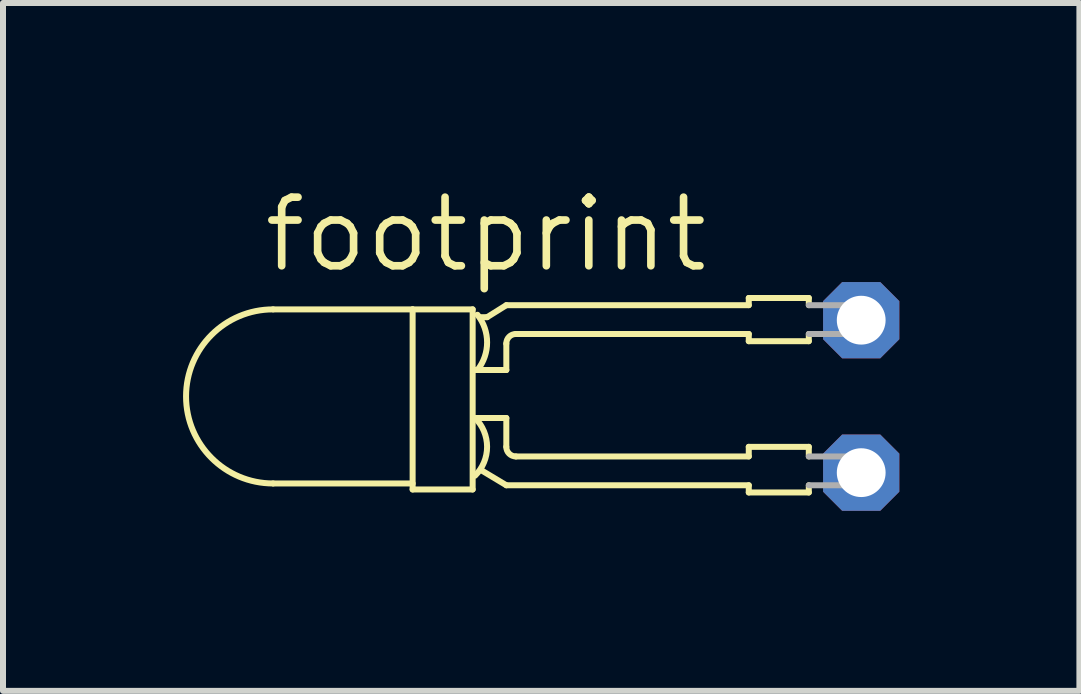
<source format=kicad_pcb>
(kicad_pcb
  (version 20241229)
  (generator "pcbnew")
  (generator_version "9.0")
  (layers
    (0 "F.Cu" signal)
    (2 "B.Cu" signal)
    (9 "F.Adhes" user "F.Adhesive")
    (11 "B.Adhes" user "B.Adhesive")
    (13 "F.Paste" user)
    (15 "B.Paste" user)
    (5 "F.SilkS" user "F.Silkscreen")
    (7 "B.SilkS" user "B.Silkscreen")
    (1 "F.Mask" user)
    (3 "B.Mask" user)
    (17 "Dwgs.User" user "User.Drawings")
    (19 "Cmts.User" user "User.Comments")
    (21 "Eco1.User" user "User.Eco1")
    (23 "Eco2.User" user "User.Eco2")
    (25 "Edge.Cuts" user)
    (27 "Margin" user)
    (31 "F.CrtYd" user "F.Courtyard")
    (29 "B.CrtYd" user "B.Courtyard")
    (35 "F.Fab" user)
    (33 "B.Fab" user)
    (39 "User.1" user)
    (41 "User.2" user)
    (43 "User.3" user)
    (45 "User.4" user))
  (footprint "footprint"
    (layer "F.Cu")
    (at 11.297 3.554)
    (property "Reference" "footprint" (at -10.01 -2.03 0) (layer "F.SilkS") (effects (font (size 1.143 1.143) (thickness 0.127)) (justify left bottom)))
    (fp_line (start -9.797 1.45) (end -7.473 1.45) (stroke (width 0.1) (type solid)) (layer "F.SilkS"))
    (fp_line (start -7.473 -1.45) (end -9.797 -1.45) (stroke (width 0.1) (type solid)) (layer "F.SilkS"))
    (fp_line (start -7.473 -1.45) (end -7.473 1.55) (stroke (width 0.1) (type solid)) (layer "F.SilkS"))
    (fp_line (start -7.473 1.55) (end -6.473 1.55) (stroke (width 0.1) (type solid)) (layer "F.SilkS"))
    (fp_line (start -6.473 -1.45) (end -7.473 -1.45) (stroke (width 0.1) (type solid)) (layer "F.SilkS"))
    (fp_line (start -6.473 1.55) (end -6.473 -1.45) (stroke (width 0.1) (type solid)) (layer "F.SilkS"))
    (fp_line (start -6.433 -0.44) (end -5.912 -0.44) (stroke (width 0.1) (type solid)) (layer "F.SilkS"))
    (fp_line (start -6.433 0.36) (end -5.912 0.36) (stroke (width 0.1) (type solid)) (layer "F.SilkS"))
    (fp_line (start -6.232 -1.32) (end -6.353 -1.32) (stroke (width 0.1) (type solid)) (layer "F.SilkS"))
    (fp_line (start -5.912 -1.52) (end -6.232 -1.32) (stroke (width 0.1) (type solid)) (layer "F.SilkS"))
    (fp_line (start -5.912 -0.44) (end -5.912 -0.88) (stroke (width 0.1) (type solid)) (layer "F.SilkS"))
    (fp_line (start -5.912 0.36) (end -5.912 0.84) (stroke (width 0.1) (type solid)) (layer "F.SilkS"))
    (fp_line (start -5.912 1.48) (end -6.312 1.24) (stroke (width 0.1) (type solid)) (layer "F.SilkS"))
    (fp_line (start -5.753 -1.04) (end -1.873 -1.04) (stroke (width 0.1) (type solid)) (layer "F.SilkS"))
    (fp_line (start -5.753 1) (end -1.873 1) (stroke (width 0.1) (type solid)) (layer "F.SilkS"))
    (fp_line (start -1.873 -1.64) (end -0.873 -1.64) (stroke (width 0.1) (type solid)) (layer "F.SilkS"))
    (fp_line (start -1.873 -1.52) (end -5.912 -1.52) (stroke (width 0.1) (type solid)) (layer "F.SilkS"))
    (fp_line (start -1.873 -1.52) (end -1.873 -1.64) (stroke (width 0.1) (type solid)) (layer "F.SilkS"))
    (fp_line (start -1.873 -1.04) (end -1.873 -0.92) (stroke (width 0.1) (type solid)) (layer "F.SilkS"))
    (fp_line (start -1.873 -0.92) (end -0.873 -0.92) (stroke (width 0.1) (type solid)) (layer "F.SilkS"))
    (fp_line (start -1.873 0.84) (end -0.873 0.84) (stroke (width 0.1) (type solid)) (layer "F.SilkS"))
    (fp_line (start -1.873 1) (end -1.873 0.84) (stroke (width 0.1) (type solid)) (layer "F.SilkS"))
    (fp_line (start -1.873 1.48) (end -5.912 1.48) (stroke (width 0.1) (type solid)) (layer "F.SilkS"))
    (fp_line (start -1.873 1.6) (end -1.873 1.48) (stroke (width 0.1) (type solid)) (layer "F.SilkS"))
    (fp_line (start -0.873 -1.64) (end -0.873 -1.52) (stroke (width 0.1) (type solid)) (layer "F.SilkS"))
    (fp_line (start -0.873 -0.92) (end -0.873 -1.04) (stroke (width 0.1) (type solid)) (layer "F.SilkS"))
    (fp_line (start -0.873 0.84) (end -0.873 1) (stroke (width 0.1) (type solid)) (layer "F.SilkS"))
    (fp_line (start -0.873 1.48) (end -0.873 1.6) (stroke (width 0.1) (type solid)) (layer "F.SilkS"))
    (fp_line (start -0.873 1.6) (end -1.873 1.6) (stroke (width 0.1) (type solid)) (layer "F.SilkS"))
    (fp_arc (start -9.7975 1.45) (mid -11.2475 0) (end -9.7975 -1.45) (stroke (width 0.1) (type solid)) (layer "F.SilkS"))
    (fp_arc (start -6.4325 0.36) (mid -6.2325 0.839999) (end -6.432499 1.319999) (stroke (width 0.1) (type solid)) (layer "F.SilkS"))
    (fp_arc (start -6.3925 -1.36) (mid -6.23223 -0.900001) (end -6.392499 -0.440001) (stroke (width 0.1) (type solid)) (layer "F.SilkS"))
    (fp_arc (start -5.9125 -0.88) (mid -5.865637 -0.993137) (end -5.7525 -1.04) (stroke (width 0.1) (type solid)) (layer "F.SilkS"))
    (fp_arc (start -5.7525 1) (mid -5.865637 0.953137) (end -5.9125 0.84) (stroke (width 0.1) (type solid)) (layer "F.SilkS"))
    (fp_line (start -0.873 -1.52) (end 0.207 -1.52) (stroke (width 0.1) (type solid)) (layer "F.Fab"))
    (fp_line (start -0.873 -1.04) (end 0.207 -1.04) (stroke (width 0.1) (type solid)) (layer "F.Fab"))
    (fp_line (start -0.873 1) (end 0.207 1) (stroke (width 0.1) (type solid)) (layer "F.Fab"))
    (fp_line (start 0.207 -1.52) (end 0.207 -1.04) (stroke (width 0.1) (type solid)) (layer "F.Fab"))
    (fp_line (start 0.207 1) (end 0.207 1.48) (stroke (width 0.1) (type solid)) (layer "F.Fab"))
    (fp_line (start 0.207 1.48) (end -0.873 1.48) (stroke (width 0.1) (type solid)) (layer "F.Fab"))
    (pad "A" thru_hole roundrect (at 0 1.27 90) (size 1.27 1.27) (drill 0.813) (layers "*.Cu" "*.Mask") (roundrect_rratio 0.25) (chamfer_ratio 0.25) (chamfer top_left top_right bottom_left bottom_right))
    (pad "K" thru_hole roundrect (at 0 -1.27 90) (size 1.27 1.27) (drill 0.813) (layers "*.Cu" "*.Mask") (roundrect_rratio 0.25) (chamfer_ratio 0.25) (chamfer top_left top_right bottom_left bottom_right)))
  (gr_rect
    (start -3 -3)
    (end 14.932 8.459)
    (stroke (width 0.1) (type default))
    (fill no)
    (layer "Edge.Cuts")))
</source>
